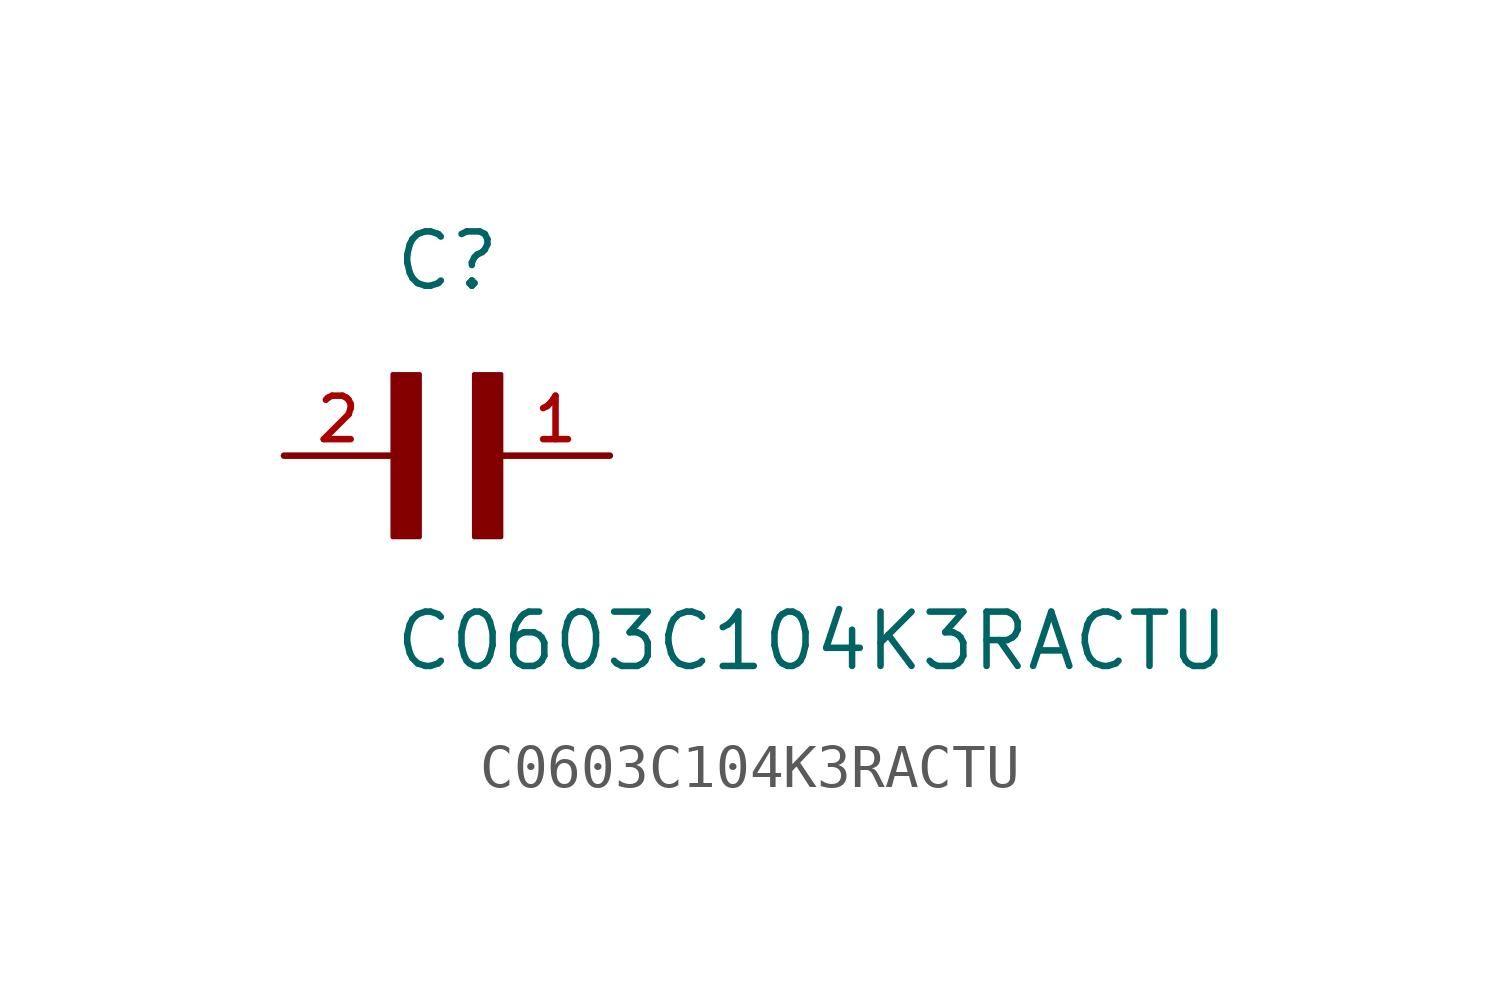
<source format=kicad_sym>
(kicad_symbol_lib
  (version 20211014)
  (generator kicad_symbol_editor)
  (symbol "C0603C104K3RACTU"
    (pin_names
      (offset 1.016))
    (property "Reference" "C"
      (at 0.0 3.81 0)
      (effects (font (size 1.27 1.27)) (justify bottom left)))
    (property "Value" "C0603C104K3RACTU"
      (at 0.0 -5.08 0)
      (effects (font (size 1.27 1.27)) (justify bottom left)))
    (symbol "C0603C104K3RACTU_0_0"
      (rectangle (start 0.0 -1.905) (end 0.635 1.905) (stroke (width 0.1)) (fill (type outline)))
      (rectangle (start 1.905 -1.905) (end 2.54 1.905) (stroke (width 0.1)) (fill (type outline)))
      (pin passive line (at 5.08 0.0 180.0) (length 2.54) (name "~" (effects (font (size 1.016 1.016)))) (number "1" (effects (font (size 1.016 1.016)))))
      (pin passive line (at -2.54 0.0 0) (length 2.54) (name "~" (effects (font (size 1.016 1.016)))) (number "2" (effects (font (size 1.016 1.016))))))))
</source>
